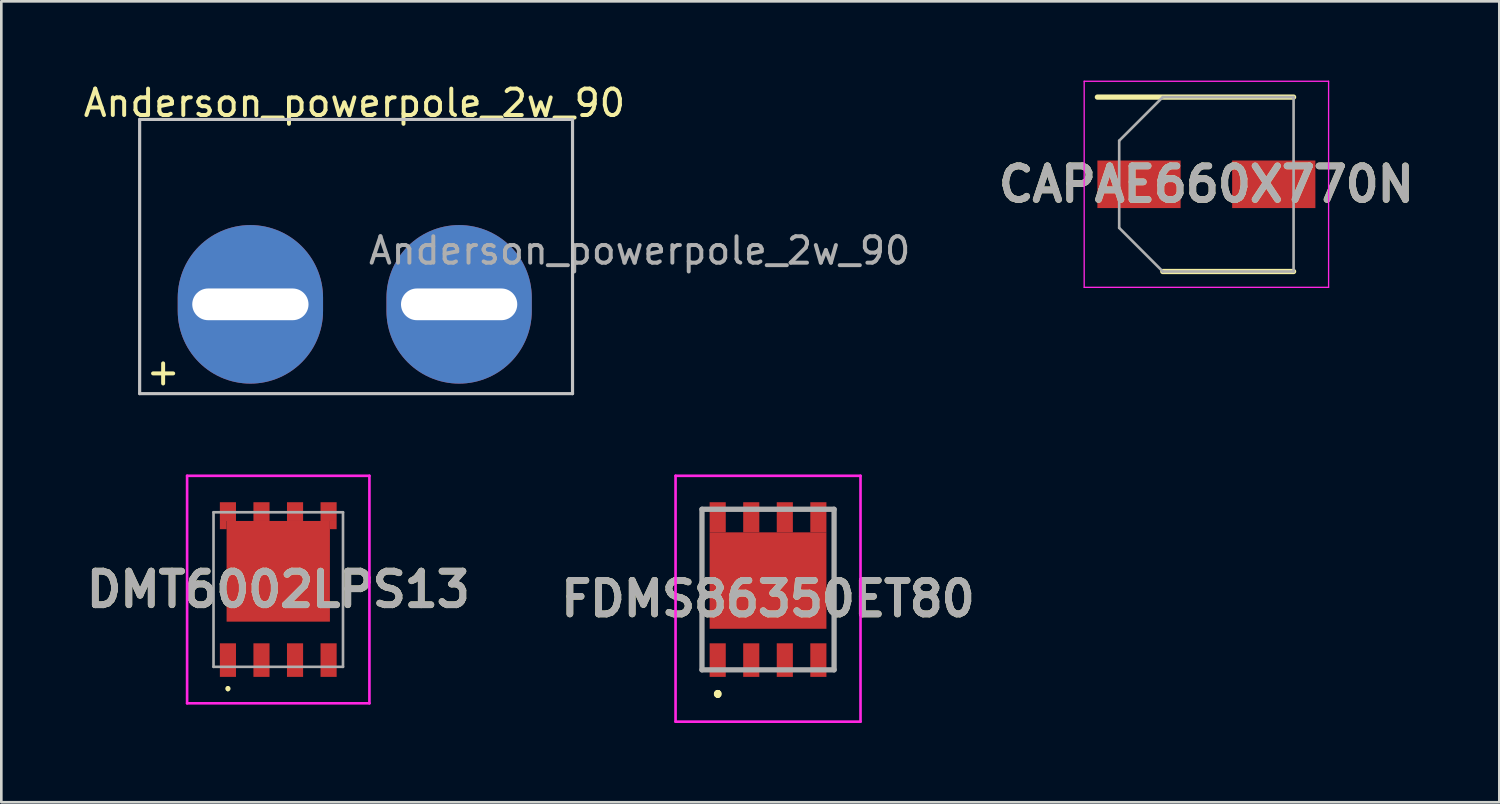
<source format=kicad_pcb>
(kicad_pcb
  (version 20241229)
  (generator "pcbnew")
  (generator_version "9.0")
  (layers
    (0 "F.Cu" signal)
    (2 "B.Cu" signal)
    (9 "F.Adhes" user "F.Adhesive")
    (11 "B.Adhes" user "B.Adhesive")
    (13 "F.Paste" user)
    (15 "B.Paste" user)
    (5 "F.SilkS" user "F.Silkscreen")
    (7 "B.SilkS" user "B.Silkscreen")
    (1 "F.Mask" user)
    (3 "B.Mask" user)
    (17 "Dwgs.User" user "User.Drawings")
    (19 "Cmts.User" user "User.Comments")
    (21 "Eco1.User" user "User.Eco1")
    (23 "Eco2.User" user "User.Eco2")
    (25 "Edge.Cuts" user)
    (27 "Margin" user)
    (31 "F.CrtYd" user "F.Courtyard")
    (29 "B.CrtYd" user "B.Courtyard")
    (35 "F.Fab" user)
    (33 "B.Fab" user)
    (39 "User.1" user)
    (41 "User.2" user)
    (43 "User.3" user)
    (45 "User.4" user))
  (footprint "CAPAE660X770N"
    (layer "F.Cu")
    (at 42.607 3.925)
    (property "Reference" "CAPAE660X770N" (at 0 0 0) (layer "F.SilkS") (effects (font (size 1.27 1.27) (thickness 0.254))))
    (attr smd)
    (fp_line (start -4.125 -3.3) (end 3.3 -3.3) (stroke (width 0.2) (type solid)) (layer "F.SilkS"))
    (fp_line (start -1.65 3.3) (end 3.3 3.3) (stroke (width 0.2) (type solid)) (layer "F.SilkS"))
    (fp_line (start -4.625 -3.9) (end 4.625 -3.9) (stroke (width 0.05) (type solid)) (layer "F.CrtYd"))
    (fp_line (start -4.625 3.9) (end -4.625 -3.9) (stroke (width 0.05) (type solid)) (layer "F.CrtYd"))
    (fp_line (start 4.625 -3.9) (end 4.625 3.9) (stroke (width 0.05) (type solid)) (layer "F.CrtYd"))
    (fp_line (start 4.625 3.9) (end -4.625 3.9) (stroke (width 0.05) (type solid)) (layer "F.CrtYd"))
    (fp_line (start -3.3 -1.65) (end -3.3 1.65) (stroke (width 0.1) (type solid)) (layer "F.Fab"))
    (fp_line (start -3.3 1.65) (end -1.65 3.3) (stroke (width 0.1) (type solid)) (layer "F.Fab"))
    (fp_line (start -1.65 -3.3) (end -3.3 -1.65) (stroke (width 0.1) (type solid)) (layer "F.Fab"))
    (fp_line (start -1.65 3.3) (end 3.3 3.3) (stroke (width 0.1) (type solid)) (layer "F.Fab"))
    (fp_line (start 3.3 -3.3) (end -1.65 -3.3) (stroke (width 0.1) (type solid)) (layer "F.Fab"))
    (fp_line (start 3.3 3.3) (end 3.3 -3.3) (stroke (width 0.1) (type solid)) (layer "F.Fab"))
    (fp_text user "${REFERENCE}" (at 0 0 0) (layer "F.Fab") (effects (font (size 1.27 1.27) (thickness 0.254))))
    (pad "1" smd rect (at -2.55 0 90) (size 1.8 3.15) (layers "F.Cu" "F.Mask" "F.Paste"))
    (pad "2" smd rect (at 2.55 0 90) (size 1.8 3.15) (layers "F.Cu" "F.Mask" "F.Paste")))
  (footprint "DMT6002LPS13"
    (layer "F.Cu")
    (at 7.481 19.262)
    (property "Reference" "DMT6002LPS13" (at 0 0 0) (layer "F.SilkS") (effects (font (size 1.27 1.27) (thickness 0.254))))
    (attr smd)
    (fp_line (start -1.905 3.7) (end -1.905 3.7) (stroke (width 0.1) (type solid)) (layer "F.SilkS"))
    (fp_line (start -1.905 3.8) (end -1.905 3.8) (stroke (width 0.1) (type solid)) (layer "F.SilkS"))
    (fp_arc (start -1.905 3.7) (mid -1.855 3.75) (end -1.905 3.8) (stroke (width 0.1) (type solid)) (layer "F.SilkS"))
    (fp_arc (start -1.905 3.8) (mid -1.955 3.75) (end -1.905 3.7) (stroke (width 0.1) (type solid)) (layer "F.SilkS"))
    (fp_line (start -3.45 -4.305) (end 3.45 -4.305) (stroke (width 0.1) (type solid)) (layer "F.CrtYd"))
    (fp_line (start -3.45 4.305) (end -3.45 -4.305) (stroke (width 0.1) (type solid)) (layer "F.CrtYd"))
    (fp_line (start 3.45 -4.305) (end 3.45 4.305) (stroke (width 0.1) (type solid)) (layer "F.CrtYd"))
    (fp_line (start 3.45 4.305) (end -3.45 4.305) (stroke (width 0.1) (type solid)) (layer "F.CrtYd"))
    (fp_line (start -2.45 -2.925) (end 2.45 -2.925) (stroke (width 0.1) (type solid)) (layer "F.Fab"))
    (fp_line (start -2.45 2.925) (end -2.45 -2.925) (stroke (width 0.1) (type solid)) (layer "F.Fab"))
    (fp_line (start 2.45 -2.925) (end 2.45 2.925) (stroke (width 0.1) (type solid)) (layer "F.Fab"))
    (fp_line (start 2.45 2.925) (end -2.45 2.925) (stroke (width 0.1) (type solid)) (layer "F.Fab"))
    (fp_text user "${REFERENCE}" (at 0 0 0) (layer "F.Fab") (effects (font (size 1.27 1.27) (thickness 0.254))))
    (pad "1" smd rect (at -1.905 2.67) (size 0.61 1.27) (layers "F.Cu" "F.Mask" "F.Paste"))
    (pad "2" smd rect (at -0.635 2.67) (size 0.61 1.27) (layers "F.Cu" "F.Mask" "F.Paste"))
    (pad "3" smd rect (at 0.635 2.67) (size 0.61 1.27) (layers "F.Cu" "F.Mask" "F.Paste"))
    (pad "4" smd rect (at 1.905 2.67) (size 0.61 1.27) (layers "F.Cu" "F.Mask" "F.Paste"))
    (pad "5" smd rect (at 1.905 -2.95) (size 0.61 0.71) (layers "F.Cu" "F.Mask" "F.Paste"))
    (pad "6" smd rect (at 0.635 -2.95) (size 0.61 0.71) (layers "F.Cu" "F.Mask" "F.Paste"))
    (pad "7" smd rect (at -0.635 -2.95) (size 0.61 0.71) (layers "F.Cu" "F.Mask" "F.Paste"))
    (pad "8" smd rect (at -1.905 -2.95) (size 0.61 0.71) (layers "F.Cu" "F.Mask" "F.Paste"))
    (pad "9" smd rect (at 0 -0.69 90) (size 3.81 3.91) (layers "F.Cu" "F.Mask" "F.Paste"))
    (pad "10" smd rect (at 2.082 -2.44) (size 0.255 0.31) (layers "F.Cu" "F.Mask" "F.Paste"))
    (pad "11" smd rect (at -2.082 -2.44) (size 0.255 0.31) (layers "F.Cu" "F.Mask" "F.Paste")))
  (footprint "FDMS86350ET80"
    (layer "F.Cu")
    (at 26.017 19.262)
    (property "Reference" "FDMS86350ET80" (at 0 0.348 0) (layer "F.SilkS") (effects (font (size 1.27 1.27) (thickness 0.254))))
    (attr smd)
    (fp_line (start -1.9 3.9) (end -1.9 3.9) (stroke (width 0.2) (type solid)) (layer "F.SilkS"))
    (fp_line (start -1.9 3.9) (end -1.9 3.9) (stroke (width 0.2) (type solid)) (layer "F.SilkS"))
    (fp_line (start -1.9 4) (end -1.9 4) (stroke (width 0.2) (type solid)) (layer "F.SilkS"))
    (fp_arc (start -1.9 3.9) (mid -1.85 3.95) (end -1.9 4) (stroke (width 0.2) (type solid)) (layer "F.SilkS"))
    (fp_arc (start -1.9 4) (mid -1.95 3.95) (end -1.9 3.9) (stroke (width 0.2) (type solid)) (layer "F.SilkS"))
    (fp_arc (start -1.9 4) (mid -1.95 3.95) (end -1.9 3.9) (stroke (width 0.2) (type solid)) (layer "F.SilkS"))
    (fp_line (start -3.5 -4.305) (end 3.5 -4.305) (stroke (width 0.1) (type solid)) (layer "F.CrtYd"))
    (fp_line (start -3.5 5) (end -3.5 -4.305) (stroke (width 0.1) (type solid)) (layer "F.CrtYd"))
    (fp_line (start 3.5 -4.305) (end 3.5 5) (stroke (width 0.1) (type solid)) (layer "F.CrtYd"))
    (fp_line (start 3.5 5) (end -3.5 5) (stroke (width 0.1) (type solid)) (layer "F.CrtYd"))
    (fp_line (start -2.5 -3.038) (end -2.5 3.038) (stroke (width 0.2) (type solid)) (layer "F.Fab"))
    (fp_line (start -2.5 3.038) (end 2.5 3.038) (stroke (width 0.2) (type solid)) (layer "F.Fab"))
    (fp_line (start 2.5 -3.038) (end -2.5 -3.038) (stroke (width 0.2) (type solid)) (layer "F.Fab"))
    (fp_line (start 2.5 3.038) (end 2.5 -3.038) (stroke (width 0.2) (type solid)) (layer "F.Fab"))
    (fp_text user "${REFERENCE}" (at 0 0.348 0) (layer "F.Fab") (effects (font (size 1.27 1.27) (thickness 0.254))))
    (pad "1" smd rect (at -1.905 2.67) (size 0.61 1.27) (layers "F.Cu" "F.Mask" "F.Paste"))
    (pad "2" smd rect (at -0.635 2.67) (size 0.61 1.27) (layers "F.Cu" "F.Mask" "F.Paste"))
    (pad "3" smd rect (at 0.635 2.67) (size 0.61 1.27) (layers "F.Cu" "F.Mask" "F.Paste"))
    (pad "4" smd rect (at 1.905 2.67) (size 0.61 1.27) (layers "F.Cu" "F.Mask" "F.Paste"))
    (pad "5" smd rect (at 1.905 -2.735) (size 0.61 1.14) (layers "F.Cu" "F.Mask" "F.Paste"))
    (pad "6" smd rect (at 0.635 -2.735) (size 0.61 1.14) (layers "F.Cu" "F.Mask" "F.Paste"))
    (pad "7" smd rect (at -0.635 -2.735) (size 0.61 1.14) (layers "F.Cu" "F.Mask" "F.Paste"))
    (pad "8" smd rect (at -1.905 -2.735) (size 0.61 1.14) (layers "F.Cu" "F.Mask" "F.Paste"))
    (pad "9" smd rect (at 0 -0.34 90) (size 3.65 4.42) (layers "F.Cu" "F.Mask" "F.Paste")))
  (footprint "Anderson_powerpole_2w_90"
    (layer "F.Cu")
    (at 6.426 8.468)
    (property "Reference" "Anderson_powerpole_2w_90" (at 3.937 -7.62 0) (layer "F.SilkS") (effects (font (size 1 1) (thickness 0.15))))
    (attr through_hole)
    (fp_line (start -4.191 -6.998) (end 12.192 -6.998) (stroke (width 0.12) (type solid)) (layer "Dwgs.User"))
    (fp_line (start -4.191 3.379) (end -4.191 -6.998) (stroke (width 0.12) (type solid)) (layer "Dwgs.User"))
    (fp_line (start 12.192 -6.998) (end 12.192 3.379) (stroke (width 0.12) (type solid)) (layer "Dwgs.User"))
    (fp_line (start 12.192 3.379) (end -4.191 3.379) (stroke (width 0.12) (type solid)) (layer "Dwgs.User"))
    (fp_text user "+" (at -3.302 2.54 0) (layer "F.SilkS") (effects (font (size 1 1) (thickness 0.15))))
    (fp_text user "${REFERENCE}" (at 14.732 -2.032 0) (layer "F.Fab") (effects (font (size 1 1) (thickness 0.15))))
    (pad "1" thru_hole oval (at 0 0) (size 5.5 6) (drill oval 4.4 1.2) (layers "*.Cu" "*.Mask"))
    (pad "2" thru_hole oval (at 7.9 0) (size 5.5 6) (drill oval 4.4 1.2) (layers "*.Cu" "*.Mask")))
  (gr_rect
    (start -3 -3)
    (end 53.693 27.312)
    (stroke (width 0.1) (type default))
    (fill no)
    (layer "Edge.Cuts")))
</source>
